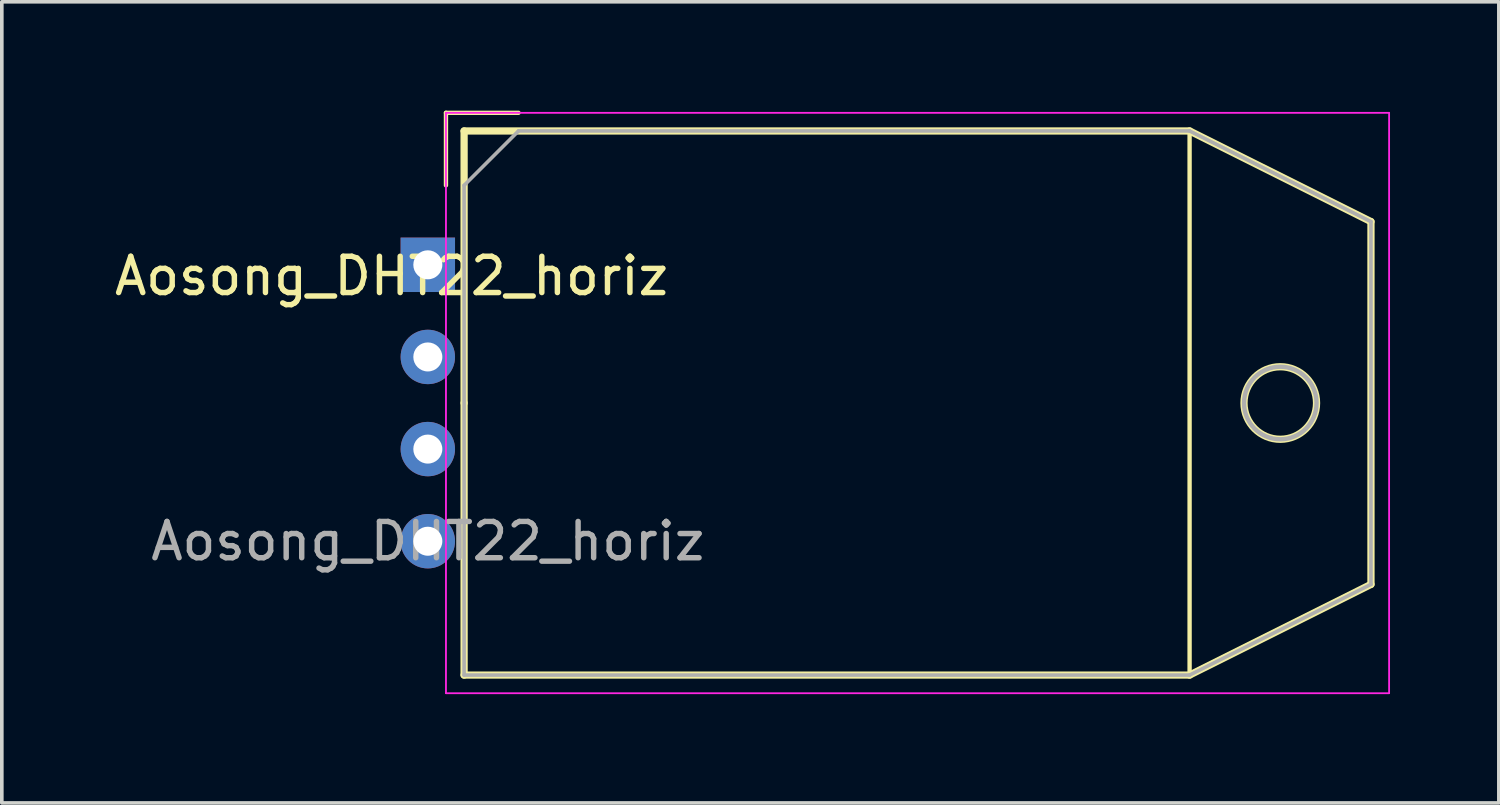
<source format=kicad_pcb>
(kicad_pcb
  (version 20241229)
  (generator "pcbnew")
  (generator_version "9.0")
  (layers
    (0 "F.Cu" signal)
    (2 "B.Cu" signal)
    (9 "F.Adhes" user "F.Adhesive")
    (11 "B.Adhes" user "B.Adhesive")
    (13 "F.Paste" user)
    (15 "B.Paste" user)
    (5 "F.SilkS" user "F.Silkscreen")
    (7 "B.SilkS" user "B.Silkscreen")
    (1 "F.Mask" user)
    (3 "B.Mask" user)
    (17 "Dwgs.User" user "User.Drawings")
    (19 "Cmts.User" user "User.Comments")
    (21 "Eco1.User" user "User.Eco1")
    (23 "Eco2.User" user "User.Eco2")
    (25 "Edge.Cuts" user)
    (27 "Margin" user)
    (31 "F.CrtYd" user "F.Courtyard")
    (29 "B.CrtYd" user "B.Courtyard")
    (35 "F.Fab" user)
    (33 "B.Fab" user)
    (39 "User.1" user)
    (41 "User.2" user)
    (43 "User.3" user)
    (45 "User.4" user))
  (footprint "Aosong_DHT22_horiz"
    (layer "F.Cu")
    (at 8.744 8.06)
    (property "Reference" "Aosong_DHT22_horiz" (at -1 -3.5 0) (layer "F.SilkS") (effects (font (size 1 1) (thickness 0.15))))
    (attr through_hole)
    (fp_line (start 0.5 -8) (end 0.5 -6) (stroke (width 0.12) (type solid)) (layer "F.SilkS"))
    (fp_line (start 1 -7.5) (end 21 -7.5) (stroke (width 0.2) (type solid)) (layer "F.SilkS"))
    (fp_line (start 1 0) (end 1 -7.5) (stroke (width 0.2) (type solid)) (layer "F.SilkS"))
    (fp_line (start 1 7.5) (end 1 0) (stroke (width 0.2) (type solid)) (layer "F.SilkS"))
    (fp_line (start 2.5 -8) (end 0.5 -8) (stroke (width 0.12) (type solid)) (layer "F.SilkS"))
    (fp_line (start 21 -7.5) (end 21 7.5) (stroke (width 0.12) (type solid)) (layer "F.SilkS"))
    (fp_line (start 21 -7.5) (end 26 -5) (stroke (width 0.2) (type solid)) (layer "F.SilkS"))
    (fp_line (start 21 7.5) (end 1 7.5) (stroke (width 0.2) (type solid)) (layer "F.SilkS"))
    (fp_line (start 26 -5) (end 26 5) (stroke (width 0.2) (type solid)) (layer "F.SilkS"))
    (fp_line (start 26 5) (end 21 7.5) (stroke (width 0.2) (type solid)) (layer "F.SilkS"))
    (fp_circle (center 23.5 0) (end 24.5 0) (stroke (width 0.2) (type solid)) (fill no) (layer "F.SilkS"))
    (fp_line (start 0.5 -8) (end 26.5 -8) (stroke (width 0.05) (type solid)) (layer "F.CrtYd"))
    (fp_line (start 0.5 8) (end 0.5 -8) (stroke (width 0.05) (type solid)) (layer "F.CrtYd"))
    (fp_line (start 26.5 -8) (end 26.5 8) (stroke (width 0.05) (type solid)) (layer "F.CrtYd"))
    (fp_line (start 26.5 8) (end 0.5 8) (stroke (width 0.05) (type solid)) (layer "F.CrtYd"))
    (fp_line (start 1 -6) (end 1 7.5) (stroke (width 0.1) (type solid)) (layer "F.Fab"))
    (fp_line (start 1 -6) (end 2.5 -7.5) (stroke (width 0.1) (type solid)) (layer "F.Fab"))
    (fp_line (start 2.5 -7.5) (end 21 -7.5) (stroke (width 0.1) (type solid)) (layer "F.Fab"))
    (fp_line (start 21 -7.5) (end 26 -5) (stroke (width 0.1) (type solid)) (layer "F.Fab"))
    (fp_line (start 21 7.5) (end 1 7.5) (stroke (width 0.1) (type solid)) (layer "F.Fab"))
    (fp_line (start 21 7.5) (end 26 5) (stroke (width 0.1) (type solid)) (layer "F.Fab"))
    (fp_line (start 26 -5) (end 26 5) (stroke (width 0.1) (type solid)) (layer "F.Fab"))
    (fp_circle (center 23.5 0) (end 24.5 0) (stroke (width 0.12) (type solid)) (fill no) (layer "F.Fab"))
    (fp_text user "${REFERENCE}" (at 0 3.81 0) (layer "F.Fab") (effects (font (size 1 1) (thickness 0.15))))
    (pad "1" thru_hole rect (at 0 -3.81) (size 1.5 1.5) (drill 0.8) (layers "*.Cu" "*.Mask"))
    (pad "2" thru_hole circle (at 0 -1.27) (size 1.5 1.5) (drill 0.8) (layers "*.Cu" "*.Mask"))
    (pad "3" thru_hole circle (at 0 1.27) (size 1.5 1.5) (drill 0.8) (layers "*.Cu" "*.Mask"))
    (pad "4" thru_hole circle (at 0 3.81) (size 1.5 1.5) (drill 0.8) (layers "*.Cu" "*.Mask")))
  (gr_rect
    (start -3 -3)
    (end 38.269 19.085)
    (stroke (width 0.1) (type default))
    (fill no)
    (layer "Edge.Cuts")))
</source>
